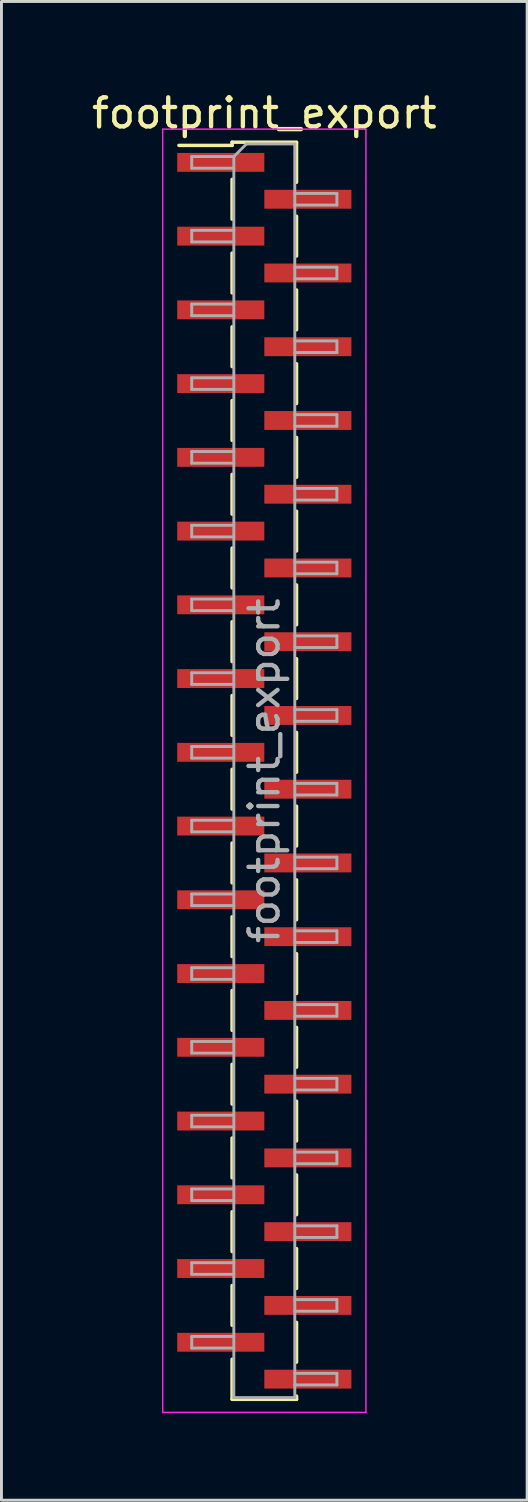
<source format=kicad_pcb>
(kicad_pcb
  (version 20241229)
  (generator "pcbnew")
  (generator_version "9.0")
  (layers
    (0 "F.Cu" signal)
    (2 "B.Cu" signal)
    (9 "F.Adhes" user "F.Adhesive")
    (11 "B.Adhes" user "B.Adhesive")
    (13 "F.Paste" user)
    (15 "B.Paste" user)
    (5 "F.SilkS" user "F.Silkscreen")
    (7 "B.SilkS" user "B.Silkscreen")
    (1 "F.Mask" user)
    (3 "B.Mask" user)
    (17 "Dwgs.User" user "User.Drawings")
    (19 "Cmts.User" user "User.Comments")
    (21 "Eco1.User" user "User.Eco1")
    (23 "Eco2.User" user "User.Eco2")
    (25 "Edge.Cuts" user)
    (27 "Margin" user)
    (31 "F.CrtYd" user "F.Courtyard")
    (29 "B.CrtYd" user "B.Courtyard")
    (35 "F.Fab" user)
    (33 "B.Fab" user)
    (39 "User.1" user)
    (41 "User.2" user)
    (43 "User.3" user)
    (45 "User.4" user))
  (footprint "footprint_export"
    (layer "F.Cu")
    (at 6.054 23.498)
    (property "Reference" "footprint_export" (at 0 -22.65 0) (layer "F.SilkS") (effects (font (size 1 1) (thickness 0.15))))
    (attr smd)
    (fp_line (start -1.11 -21.65) (end -1.11 -21.54) (stroke (width 0.12) (type solid)) (layer "F.SilkS"))
    (fp_line (start -1.11 -21.65) (end 1.11 -21.65) (stroke (width 0.12) (type solid)) (layer "F.SilkS"))
    (fp_line (start -1.11 -21.54) (end -2.94 -21.54) (stroke (width 0.12) (type solid)) (layer "F.SilkS"))
    (fp_line (start -1.11 -20.37) (end -1.11 -19) (stroke (width 0.12) (type solid)) (layer "F.SilkS"))
    (fp_line (start -1.11 -17.83) (end -1.11 -16.46) (stroke (width 0.12) (type solid)) (layer "F.SilkS"))
    (fp_line (start -1.11 -15.29) (end -1.11 -13.92) (stroke (width 0.12) (type solid)) (layer "F.SilkS"))
    (fp_line (start -1.11 -12.75) (end -1.11 -11.38) (stroke (width 0.12) (type solid)) (layer "F.SilkS"))
    (fp_line (start -1.11 -10.21) (end -1.11 -8.84) (stroke (width 0.12) (type solid)) (layer "F.SilkS"))
    (fp_line (start -1.11 -7.67) (end -1.11 -6.3) (stroke (width 0.12) (type solid)) (layer "F.SilkS"))
    (fp_line (start -1.11 -5.13) (end -1.11 -3.76) (stroke (width 0.12) (type solid)) (layer "F.SilkS"))
    (fp_line (start -1.11 -2.59) (end -1.11 -1.22) (stroke (width 0.12) (type solid)) (layer "F.SilkS"))
    (fp_line (start -1.11 -0.05) (end -1.11 1.32) (stroke (width 0.12) (type solid)) (layer "F.SilkS"))
    (fp_line (start -1.11 2.49) (end -1.11 3.86) (stroke (width 0.12) (type solid)) (layer "F.SilkS"))
    (fp_line (start -1.11 5.03) (end -1.11 6.4) (stroke (width 0.12) (type solid)) (layer "F.SilkS"))
    (fp_line (start -1.11 7.57) (end -1.11 8.94) (stroke (width 0.12) (type solid)) (layer "F.SilkS"))
    (fp_line (start -1.11 10.11) (end -1.11 11.48) (stroke (width 0.12) (type solid)) (layer "F.SilkS"))
    (fp_line (start -1.11 12.65) (end -1.11 14.02) (stroke (width 0.12) (type solid)) (layer "F.SilkS"))
    (fp_line (start -1.11 15.19) (end -1.11 16.56) (stroke (width 0.12) (type solid)) (layer "F.SilkS"))
    (fp_line (start -1.11 17.73) (end -1.11 19.1) (stroke (width 0.12) (type solid)) (layer "F.SilkS"))
    (fp_line (start -1.11 20.27) (end -1.11 21.64) (stroke (width 0.12) (type solid)) (layer "F.SilkS"))
    (fp_line (start -1.11 21.65) (end 1.11 21.65) (stroke (width 0.12) (type solid)) (layer "F.SilkS"))
    (fp_line (start 1.11 -21.64) (end 1.11 -20.27) (stroke (width 0.12) (type solid)) (layer "F.SilkS"))
    (fp_line (start 1.11 -19.1) (end 1.11 -17.73) (stroke (width 0.12) (type solid)) (layer "F.SilkS"))
    (fp_line (start 1.11 -16.56) (end 1.11 -15.19) (stroke (width 0.12) (type solid)) (layer "F.SilkS"))
    (fp_line (start 1.11 -14.02) (end 1.11 -12.65) (stroke (width 0.12) (type solid)) (layer "F.SilkS"))
    (fp_line (start 1.11 -11.48) (end 1.11 -10.11) (stroke (width 0.12) (type solid)) (layer "F.SilkS"))
    (fp_line (start 1.11 -8.94) (end 1.11 -7.57) (stroke (width 0.12) (type solid)) (layer "F.SilkS"))
    (fp_line (start 1.11 -6.4) (end 1.11 -5.03) (stroke (width 0.12) (type solid)) (layer "F.SilkS"))
    (fp_line (start 1.11 -3.86) (end 1.11 -2.49) (stroke (width 0.12) (type solid)) (layer "F.SilkS"))
    (fp_line (start 1.11 -1.32) (end 1.11 0.05) (stroke (width 0.12) (type solid)) (layer "F.SilkS"))
    (fp_line (start 1.11 1.22) (end 1.11 2.59) (stroke (width 0.12) (type solid)) (layer "F.SilkS"))
    (fp_line (start 1.11 3.76) (end 1.11 5.13) (stroke (width 0.12) (type solid)) (layer "F.SilkS"))
    (fp_line (start 1.11 6.3) (end 1.11 7.67) (stroke (width 0.12) (type solid)) (layer "F.SilkS"))
    (fp_line (start 1.11 8.84) (end 1.11 10.21) (stroke (width 0.12) (type solid)) (layer "F.SilkS"))
    (fp_line (start 1.11 11.38) (end 1.11 12.75) (stroke (width 0.12) (type solid)) (layer "F.SilkS"))
    (fp_line (start 1.11 13.92) (end 1.11 15.29) (stroke (width 0.12) (type solid)) (layer "F.SilkS"))
    (fp_line (start 1.11 16.46) (end 1.11 17.83) (stroke (width 0.12) (type solid)) (layer "F.SilkS"))
    (fp_line (start 1.11 19) (end 1.11 20.37) (stroke (width 0.12) (type solid)) (layer "F.SilkS"))
    (fp_line (start 1.11 21.54) (end 1.11 21.65) (stroke (width 0.12) (type solid)) (layer "F.SilkS"))
    (fp_line (start -3.5 -22.1) (end -3.5 22.1) (stroke (width 0.05) (type solid)) (layer "F.CrtYd"))
    (fp_line (start -3.5 22.1) (end 3.5 22.1) (stroke (width 0.05) (type solid)) (layer "F.CrtYd"))
    (fp_line (start 3.5 -22.1) (end -3.5 -22.1) (stroke (width 0.05) (type solid)) (layer "F.CrtYd"))
    (fp_line (start 3.5 22.1) (end 3.5 -22.1) (stroke (width 0.05) (type solid)) (layer "F.CrtYd"))
    (fp_line (start -2.5 -21.155) (end -2.5 -20.755) (stroke (width 0.1) (type solid)) (layer "F.Fab"))
    (fp_line (start -2.5 -20.755) (end -1.05 -20.755) (stroke (width 0.1) (type solid)) (layer "F.Fab"))
    (fp_line (start -2.5 -18.615) (end -2.5 -18.215) (stroke (width 0.1) (type solid)) (layer "F.Fab"))
    (fp_line (start -2.5 -18.215) (end -1.05 -18.215) (stroke (width 0.1) (type solid)) (layer "F.Fab"))
    (fp_line (start -2.5 -16.075) (end -2.5 -15.675) (stroke (width 0.1) (type solid)) (layer "F.Fab"))
    (fp_line (start -2.5 -15.675) (end -1.05 -15.675) (stroke (width 0.1) (type solid)) (layer "F.Fab"))
    (fp_line (start -2.5 -13.535) (end -2.5 -13.135) (stroke (width 0.1) (type solid)) (layer "F.Fab"))
    (fp_line (start -2.5 -13.135) (end -1.05 -13.135) (stroke (width 0.1) (type solid)) (layer "F.Fab"))
    (fp_line (start -2.5 -10.995) (end -2.5 -10.595) (stroke (width 0.1) (type solid)) (layer "F.Fab"))
    (fp_line (start -2.5 -10.595) (end -1.05 -10.595) (stroke (width 0.1) (type solid)) (layer "F.Fab"))
    (fp_line (start -2.5 -8.455) (end -2.5 -8.055) (stroke (width 0.1) (type solid)) (layer "F.Fab"))
    (fp_line (start -2.5 -8.055) (end -1.05 -8.055) (stroke (width 0.1) (type solid)) (layer "F.Fab"))
    (fp_line (start -2.5 -5.915) (end -2.5 -5.515) (stroke (width 0.1) (type solid)) (layer "F.Fab"))
    (fp_line (start -2.5 -5.515) (end -1.05 -5.515) (stroke (width 0.1) (type solid)) (layer "F.Fab"))
    (fp_line (start -2.5 -3.375) (end -2.5 -2.975) (stroke (width 0.1) (type solid)) (layer "F.Fab"))
    (fp_line (start -2.5 -2.975) (end -1.05 -2.975) (stroke (width 0.1) (type solid)) (layer "F.Fab"))
    (fp_line (start -2.5 -0.835) (end -2.5 -0.435) (stroke (width 0.1) (type solid)) (layer "F.Fab"))
    (fp_line (start -2.5 -0.435) (end -1.05 -0.435) (stroke (width 0.1) (type solid)) (layer "F.Fab"))
    (fp_line (start -2.5 1.705) (end -2.5 2.105) (stroke (width 0.1) (type solid)) (layer "F.Fab"))
    (fp_line (start -2.5 2.105) (end -1.05 2.105) (stroke (width 0.1) (type solid)) (layer "F.Fab"))
    (fp_line (start -2.5 4.245) (end -2.5 4.645) (stroke (width 0.1) (type solid)) (layer "F.Fab"))
    (fp_line (start -2.5 4.645) (end -1.05 4.645) (stroke (width 0.1) (type solid)) (layer "F.Fab"))
    (fp_line (start -2.5 6.785) (end -2.5 7.185) (stroke (width 0.1) (type solid)) (layer "F.Fab"))
    (fp_line (start -2.5 7.185) (end -1.05 7.185) (stroke (width 0.1) (type solid)) (layer "F.Fab"))
    (fp_line (start -2.5 9.325) (end -2.5 9.725) (stroke (width 0.1) (type solid)) (layer "F.Fab"))
    (fp_line (start -2.5 9.725) (end -1.05 9.725) (stroke (width 0.1) (type solid)) (layer "F.Fab"))
    (fp_line (start -2.5 11.865) (end -2.5 12.265) (stroke (width 0.1) (type solid)) (layer "F.Fab"))
    (fp_line (start -2.5 12.265) (end -1.05 12.265) (stroke (width 0.1) (type solid)) (layer "F.Fab"))
    (fp_line (start -2.5 14.405) (end -2.5 14.805) (stroke (width 0.1) (type solid)) (layer "F.Fab"))
    (fp_line (start -2.5 14.805) (end -1.05 14.805) (stroke (width 0.1) (type solid)) (layer "F.Fab"))
    (fp_line (start -2.5 16.945) (end -2.5 17.345) (stroke (width 0.1) (type solid)) (layer "F.Fab"))
    (fp_line (start -2.5 17.345) (end -1.05 17.345) (stroke (width 0.1) (type solid)) (layer "F.Fab"))
    (fp_line (start -2.5 19.485) (end -2.5 19.885) (stroke (width 0.1) (type solid)) (layer "F.Fab"))
    (fp_line (start -2.5 19.885) (end -1.05 19.885) (stroke (width 0.1) (type solid)) (layer "F.Fab"))
    (fp_line (start -1.05 -21.155) (end -2.5 -21.155) (stroke (width 0.1) (type solid)) (layer "F.Fab"))
    (fp_line (start -1.05 -21.155) (end -0.615 -21.59) (stroke (width 0.1) (type solid)) (layer "F.Fab"))
    (fp_line (start -1.05 -18.615) (end -2.5 -18.615) (stroke (width 0.1) (type solid)) (layer "F.Fab"))
    (fp_line (start -1.05 -16.075) (end -2.5 -16.075) (stroke (width 0.1) (type solid)) (layer "F.Fab"))
    (fp_line (start -1.05 -13.535) (end -2.5 -13.535) (stroke (width 0.1) (type solid)) (layer "F.Fab"))
    (fp_line (start -1.05 -10.995) (end -2.5 -10.995) (stroke (width 0.1) (type solid)) (layer "F.Fab"))
    (fp_line (start -1.05 -8.455) (end -2.5 -8.455) (stroke (width 0.1) (type solid)) (layer "F.Fab"))
    (fp_line (start -1.05 -5.915) (end -2.5 -5.915) (stroke (width 0.1) (type solid)) (layer "F.Fab"))
    (fp_line (start -1.05 -3.375) (end -2.5 -3.375) (stroke (width 0.1) (type solid)) (layer "F.Fab"))
    (fp_line (start -1.05 -0.835) (end -2.5 -0.835) (stroke (width 0.1) (type solid)) (layer "F.Fab"))
    (fp_line (start -1.05 1.705) (end -2.5 1.705) (stroke (width 0.1) (type solid)) (layer "F.Fab"))
    (fp_line (start -1.05 4.245) (end -2.5 4.245) (stroke (width 0.1) (type solid)) (layer "F.Fab"))
    (fp_line (start -1.05 6.785) (end -2.5 6.785) (stroke (width 0.1) (type solid)) (layer "F.Fab"))
    (fp_line (start -1.05 9.325) (end -2.5 9.325) (stroke (width 0.1) (type solid)) (layer "F.Fab"))
    (fp_line (start -1.05 11.865) (end -2.5 11.865) (stroke (width 0.1) (type solid)) (layer "F.Fab"))
    (fp_line (start -1.05 14.405) (end -2.5 14.405) (stroke (width 0.1) (type solid)) (layer "F.Fab"))
    (fp_line (start -1.05 16.945) (end -2.5 16.945) (stroke (width 0.1) (type solid)) (layer "F.Fab"))
    (fp_line (start -1.05 19.485) (end -2.5 19.485) (stroke (width 0.1) (type solid)) (layer "F.Fab"))
    (fp_line (start -1.05 21.59) (end -1.05 -21.155) (stroke (width 0.1) (type solid)) (layer "F.Fab"))
    (fp_line (start -0.615 -21.59) (end 1.05 -21.59) (stroke (width 0.1) (type solid)) (layer "F.Fab"))
    (fp_line (start 1.05 -21.59) (end 1.05 21.59) (stroke (width 0.1) (type solid)) (layer "F.Fab"))
    (fp_line (start 1.05 -19.885) (end 2.5 -19.885) (stroke (width 0.1) (type solid)) (layer "F.Fab"))
    (fp_line (start 1.05 -17.345) (end 2.5 -17.345) (stroke (width 0.1) (type solid)) (layer "F.Fab"))
    (fp_line (start 1.05 -14.805) (end 2.5 -14.805) (stroke (width 0.1) (type solid)) (layer "F.Fab"))
    (fp_line (start 1.05 -12.265) (end 2.5 -12.265) (stroke (width 0.1) (type solid)) (layer "F.Fab"))
    (fp_line (start 1.05 -9.725) (end 2.5 -9.725) (stroke (width 0.1) (type solid)) (layer "F.Fab"))
    (fp_line (start 1.05 -7.185) (end 2.5 -7.185) (stroke (width 0.1) (type solid)) (layer "F.Fab"))
    (fp_line (start 1.05 -4.645) (end 2.5 -4.645) (stroke (width 0.1) (type solid)) (layer "F.Fab"))
    (fp_line (start 1.05 -2.105) (end 2.5 -2.105) (stroke (width 0.1) (type solid)) (layer "F.Fab"))
    (fp_line (start 1.05 0.435) (end 2.5 0.435) (stroke (width 0.1) (type solid)) (layer "F.Fab"))
    (fp_line (start 1.05 2.975) (end 2.5 2.975) (stroke (width 0.1) (type solid)) (layer "F.Fab"))
    (fp_line (start 1.05 5.515) (end 2.5 5.515) (stroke (width 0.1) (type solid)) (layer "F.Fab"))
    (fp_line (start 1.05 8.055) (end 2.5 8.055) (stroke (width 0.1) (type solid)) (layer "F.Fab"))
    (fp_line (start 1.05 10.595) (end 2.5 10.595) (stroke (width 0.1) (type solid)) (layer "F.Fab"))
    (fp_line (start 1.05 13.135) (end 2.5 13.135) (stroke (width 0.1) (type solid)) (layer "F.Fab"))
    (fp_line (start 1.05 15.675) (end 2.5 15.675) (stroke (width 0.1) (type solid)) (layer "F.Fab"))
    (fp_line (start 1.05 18.215) (end 2.5 18.215) (stroke (width 0.1) (type solid)) (layer "F.Fab"))
    (fp_line (start 1.05 20.755) (end 2.5 20.755) (stroke (width 0.1) (type solid)) (layer "F.Fab"))
    (fp_line (start 1.05 21.59) (end -1.05 21.59) (stroke (width 0.1) (type solid)) (layer "F.Fab"))
    (fp_line (start 2.5 -19.885) (end 2.5 -19.485) (stroke (width 0.1) (type solid)) (layer "F.Fab"))
    (fp_line (start 2.5 -19.485) (end 1.05 -19.485) (stroke (width 0.1) (type solid)) (layer "F.Fab"))
    (fp_line (start 2.5 -17.345) (end 2.5 -16.945) (stroke (width 0.1) (type solid)) (layer "F.Fab"))
    (fp_line (start 2.5 -16.945) (end 1.05 -16.945) (stroke (width 0.1) (type solid)) (layer "F.Fab"))
    (fp_line (start 2.5 -14.805) (end 2.5 -14.405) (stroke (width 0.1) (type solid)) (layer "F.Fab"))
    (fp_line (start 2.5 -14.405) (end 1.05 -14.405) (stroke (width 0.1) (type solid)) (layer "F.Fab"))
    (fp_line (start 2.5 -12.265) (end 2.5 -11.865) (stroke (width 0.1) (type solid)) (layer "F.Fab"))
    (fp_line (start 2.5 -11.865) (end 1.05 -11.865) (stroke (width 0.1) (type solid)) (layer "F.Fab"))
    (fp_line (start 2.5 -9.725) (end 2.5 -9.325) (stroke (width 0.1) (type solid)) (layer "F.Fab"))
    (fp_line (start 2.5 -9.325) (end 1.05 -9.325) (stroke (width 0.1) (type solid)) (layer "F.Fab"))
    (fp_line (start 2.5 -7.185) (end 2.5 -6.785) (stroke (width 0.1) (type solid)) (layer "F.Fab"))
    (fp_line (start 2.5 -6.785) (end 1.05 -6.785) (stroke (width 0.1) (type solid)) (layer "F.Fab"))
    (fp_line (start 2.5 -4.645) (end 2.5 -4.245) (stroke (width 0.1) (type solid)) (layer "F.Fab"))
    (fp_line (start 2.5 -4.245) (end 1.05 -4.245) (stroke (width 0.1) (type solid)) (layer "F.Fab"))
    (fp_line (start 2.5 -2.105) (end 2.5 -1.705) (stroke (width 0.1) (type solid)) (layer "F.Fab"))
    (fp_line (start 2.5 -1.705) (end 1.05 -1.705) (stroke (width 0.1) (type solid)) (layer "F.Fab"))
    (fp_line (start 2.5 0.435) (end 2.5 0.835) (stroke (width 0.1) (type solid)) (layer "F.Fab"))
    (fp_line (start 2.5 0.835) (end 1.05 0.835) (stroke (width 0.1) (type solid)) (layer "F.Fab"))
    (fp_line (start 2.5 2.975) (end 2.5 3.375) (stroke (width 0.1) (type solid)) (layer "F.Fab"))
    (fp_line (start 2.5 3.375) (end 1.05 3.375) (stroke (width 0.1) (type solid)) (layer "F.Fab"))
    (fp_line (start 2.5 5.515) (end 2.5 5.915) (stroke (width 0.1) (type solid)) (layer "F.Fab"))
    (fp_line (start 2.5 5.915) (end 1.05 5.915) (stroke (width 0.1) (type solid)) (layer "F.Fab"))
    (fp_line (start 2.5 8.055) (end 2.5 8.455) (stroke (width 0.1) (type solid)) (layer "F.Fab"))
    (fp_line (start 2.5 8.455) (end 1.05 8.455) (stroke (width 0.1) (type solid)) (layer "F.Fab"))
    (fp_line (start 2.5 10.595) (end 2.5 10.995) (stroke (width 0.1) (type solid)) (layer "F.Fab"))
    (fp_line (start 2.5 10.995) (end 1.05 10.995) (stroke (width 0.1) (type solid)) (layer "F.Fab"))
    (fp_line (start 2.5 13.135) (end 2.5 13.535) (stroke (width 0.1) (type solid)) (layer "F.Fab"))
    (fp_line (start 2.5 13.535) (end 1.05 13.535) (stroke (width 0.1) (type solid)) (layer "F.Fab"))
    (fp_line (start 2.5 15.675) (end 2.5 16.075) (stroke (width 0.1) (type solid)) (layer "F.Fab"))
    (fp_line (start 2.5 16.075) (end 1.05 16.075) (stroke (width 0.1) (type solid)) (layer "F.Fab"))
    (fp_line (start 2.5 18.215) (end 2.5 18.615) (stroke (width 0.1) (type solid)) (layer "F.Fab"))
    (fp_line (start 2.5 18.615) (end 1.05 18.615) (stroke (width 0.1) (type solid)) (layer "F.Fab"))
    (fp_line (start 2.5 20.755) (end 2.5 21.155) (stroke (width 0.1) (type solid)) (layer "F.Fab"))
    (fp_line (start 2.5 21.155) (end 1.05 21.155) (stroke (width 0.1) (type solid)) (layer "F.Fab"))
    (fp_text user "${REFERENCE}" (at 0 0 90) (layer "F.Fab") (effects (font (size 1 1) (thickness 0.15))))
    (pad "1" smd rect (at -1.5 -20.955) (size 3 0.65) (layers "F.Cu" "F.Mask" "F.Paste"))
    (pad "2" smd rect (at 1.5 -19.685) (size 3 0.65) (layers "F.Cu" "F.Mask" "F.Paste"))
    (pad "3" smd rect (at -1.5 -18.415) (size 3 0.65) (layers "F.Cu" "F.Mask" "F.Paste"))
    (pad "4" smd rect (at 1.5 -17.145) (size 3 0.65) (layers "F.Cu" "F.Mask" "F.Paste"))
    (pad "5" smd rect (at -1.5 -15.875) (size 3 0.65) (layers "F.Cu" "F.Mask" "F.Paste"))
    (pad "6" smd rect (at 1.5 -14.605) (size 3 0.65) (layers "F.Cu" "F.Mask" "F.Paste"))
    (pad "7" smd rect (at -1.5 -13.335) (size 3 0.65) (layers "F.Cu" "F.Mask" "F.Paste"))
    (pad "8" smd rect (at 1.5 -12.065) (size 3 0.65) (layers "F.Cu" "F.Mask" "F.Paste"))
    (pad "9" smd rect (at -1.5 -10.795) (size 3 0.65) (layers "F.Cu" "F.Mask" "F.Paste"))
    (pad "10" smd rect (at 1.5 -9.525) (size 3 0.65) (layers "F.Cu" "F.Mask" "F.Paste"))
    (pad "11" smd rect (at -1.5 -8.255) (size 3 0.65) (layers "F.Cu" "F.Mask" "F.Paste"))
    (pad "12" smd rect (at 1.5 -6.985) (size 3 0.65) (layers "F.Cu" "F.Mask" "F.Paste"))
    (pad "13" smd rect (at -1.5 -5.715) (size 3 0.65) (layers "F.Cu" "F.Mask" "F.Paste"))
    (pad "14" smd rect (at 1.5 -4.445) (size 3 0.65) (layers "F.Cu" "F.Mask" "F.Paste"))
    (pad "15" smd rect (at -1.5 -3.175) (size 3 0.65) (layers "F.Cu" "F.Mask" "F.Paste"))
    (pad "16" smd rect (at 1.5 -1.905) (size 3 0.65) (layers "F.Cu" "F.Mask" "F.Paste"))
    (pad "17" smd rect (at -1.5 -0.635) (size 3 0.65) (layers "F.Cu" "F.Mask" "F.Paste"))
    (pad "18" smd rect (at 1.5 0.635) (size 3 0.65) (layers "F.Cu" "F.Mask" "F.Paste"))
    (pad "19" smd rect (at -1.5 1.905) (size 3 0.65) (layers "F.Cu" "F.Mask" "F.Paste"))
    (pad "20" smd rect (at 1.5 3.175) (size 3 0.65) (layers "F.Cu" "F.Mask" "F.Paste"))
    (pad "21" smd rect (at -1.5 4.445) (size 3 0.65) (layers "F.Cu" "F.Mask" "F.Paste"))
    (pad "22" smd rect (at 1.5 5.715) (size 3 0.65) (layers "F.Cu" "F.Mask" "F.Paste"))
    (pad "23" smd rect (at -1.5 6.985) (size 3 0.65) (layers "F.Cu" "F.Mask" "F.Paste"))
    (pad "24" smd rect (at 1.5 8.255) (size 3 0.65) (layers "F.Cu" "F.Mask" "F.Paste"))
    (pad "25" smd rect (at -1.5 9.525) (size 3 0.65) (layers "F.Cu" "F.Mask" "F.Paste"))
    (pad "26" smd rect (at 1.5 10.795) (size 3 0.65) (layers "F.Cu" "F.Mask" "F.Paste"))
    (pad "27" smd rect (at -1.5 12.065) (size 3 0.65) (layers "F.Cu" "F.Mask" "F.Paste"))
    (pad "28" smd rect (at 1.5 13.335) (size 3 0.65) (layers "F.Cu" "F.Mask" "F.Paste"))
    (pad "29" smd rect (at -1.5 14.605) (size 3 0.65) (layers "F.Cu" "F.Mask" "F.Paste"))
    (pad "30" smd rect (at 1.5 15.875) (size 3 0.65) (layers "F.Cu" "F.Mask" "F.Paste"))
    (pad "31" smd rect (at -1.5 17.145) (size 3 0.65) (layers "F.Cu" "F.Mask" "F.Paste"))
    (pad "32" smd rect (at 1.5 18.415) (size 3 0.65) (layers "F.Cu" "F.Mask" "F.Paste"))
    (pad "33" smd rect (at -1.5 19.685) (size 3 0.65) (layers "F.Cu" "F.Mask" "F.Paste"))
    (pad "34" smd rect (at 1.5 20.955) (size 3 0.65) (layers "F.Cu" "F.Mask" "F.Paste")))
  (gr_rect
    (start -3 -3)
    (end 15.107 48.623)
    (stroke (width 0.1) (type default))
    (fill no)
    (layer "Edge.Cuts")))
</source>
